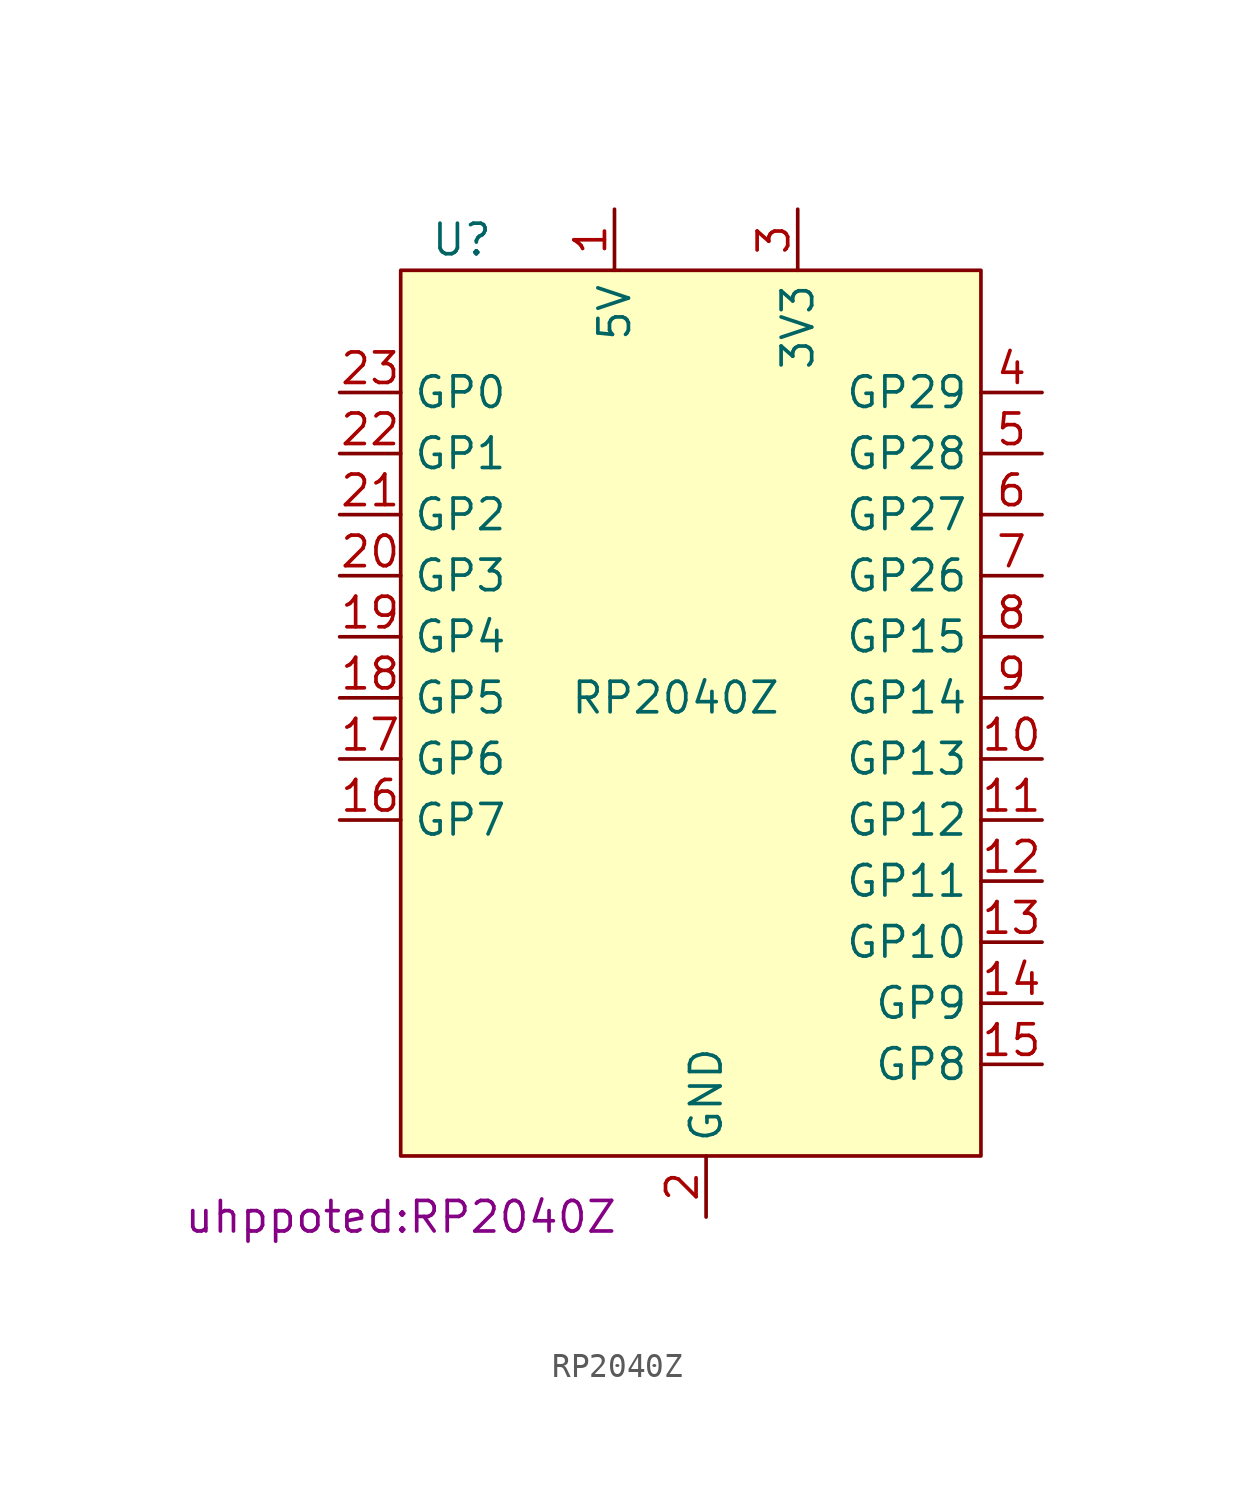
<source format=kicad_sym>
(kicad_symbol_lib
  (version 20220914)
  (generator kicad_symbol_editor)
  (symbol "RP2040Z"
    (property "Reference" "U"
      (at -10.16 20.32 0)
      (effects (font (size 1.27 1.27))))
    (property "Value" "RP2040Z"
      (at -1.27 1.27 0)
      (effects (font (size 1.27 1.27))))
    (property "Footprint" "uhppoted:RP2040Z"
      (at -12.7 -20.32 0)
      (effects (font (size 1.27 1.27))))
    (symbol "RP2040Z_0_1"
      (rectangle (start -12.7 19.05) (end 11.43 -17.78) (stroke (width 0) (type default)) (fill (type background))))
    (symbol "RP2040Z_1_1"
      (pin power_in line (at -3.81 21.59 270) (length 2.54) (name "5V" (effects (font (size 1.27 1.27)))) (number "1" (effects (font (size 1.27 1.27)))))
      (pin bidirectional line (at 13.97 -1.27 180) (length 2.54) (name "GP13" (effects (font (size 1.27 1.27)))) (number "10" (effects (font (size 1.27 1.27)))) (alternate "I2C0 SCL" bidirectional line) (alternate "SPI1 CSn" bidirectional line) (alternate "UART0 RX" input line))
      (pin bidirectional line (at 13.97 -3.81 180) (length 2.54) (name "GP12" (effects (font (size 1.27 1.27)))) (number "11" (effects (font (size 1.27 1.27)))) (alternate "I2C0 SDA" bidirectional line) (alternate "SPI1 RX" input line) (alternate "UART0 TX" output line))
      (pin bidirectional line (at 13.97 -6.35 180) (length 2.54) (name "GP11" (effects (font (size 1.27 1.27)))) (number "12" (effects (font (size 1.27 1.27)))) (alternate "I2C1 SCL" bidirectional line) (alternate "SPI1 TX" output line))
      (pin bidirectional line (at 13.97 -8.89 180) (length 2.54) (name "GP10" (effects (font (size 1.27 1.27)))) (number "13" (effects (font (size 1.27 1.27)))) (alternate "I2C1 SDA" bidirectional line) (alternate "SPI1  SCK" bidirectional line))
      (pin bidirectional line (at 13.97 -11.43 180) (length 2.54) (name "GP9" (effects (font (size 1.27 1.27)))) (number "14" (effects (font (size 1.27 1.27)))) (alternate "I2C0 SCL" bidirectional line) (alternate "SPI1 CSn" bidirectional line) (alternate "UART1 RX" input line))
      (pin bidirectional line (at 13.97 -13.97 180) (length 2.54) (name "GP8" (effects (font (size 1.27 1.27)))) (number "15" (effects (font (size 1.27 1.27)))) (alternate "I2C0 SDA" bidirectional line) (alternate "SPI1 RX" input line) (alternate "UART1 TX" bidirectional line))
      (pin bidirectional line (at -15.24 -3.81 0) (length 2.54) (name "GP7" (effects (font (size 1.27 1.27)))) (number "16" (effects (font (size 1.27 1.27)))) (alternate "I2C1 SCL" bidirectional line) (alternate "SPI0 TX" output line))
      (pin bidirectional line (at -15.24 -1.27 0) (length 2.54) (name "GP6" (effects (font (size 1.27 1.27)))) (number "17" (effects (font (size 1.27 1.27)))) (alternate "I2C1 SDA" bidirectional line) (alternate "SPI0 SCK" bidirectional line))
      (pin bidirectional line (at -15.24 1.27 0) (length 2.54) (name "GP5" (effects (font (size 1.27 1.27)))) (number "18" (effects (font (size 1.27 1.27)))) (alternate "I2C0 SCL" bidirectional line) (alternate "SPI0 CSn" bidirectional line) (alternate "UART1 RX" input line))
      (pin bidirectional line (at -15.24 3.81 0) (length 2.54) (name "GP4" (effects (font (size 1.27 1.27)))) (number "19" (effects (font (size 1.27 1.27)))) (alternate "I2C0 SDA" bidirectional line) (alternate "SPI0 RX" input line) (alternate "UART1 TX" output line))
      (pin power_in line (at 0 -20.32 90) (length 2.54) (name "GND" (effects (font (size 1.27 1.27)))) (number "2" (effects (font (size 1.27 1.27)))))
      (pin bidirectional line (at -15.24 6.35 0) (length 2.54) (name "GP3" (effects (font (size 1.27 1.27)))) (number "20" (effects (font (size 1.27 1.27)))) (alternate "I2C1 SCL" bidirectional line) (alternate "SPI0 TX" output line))
      (pin bidirectional line (at -15.24 8.89 0) (length 2.54) (name "GP2" (effects (font (size 1.27 1.27)))) (number "21" (effects (font (size 1.27 1.27)))) (alternate "I2C1 SDA" bidirectional line) (alternate "SPI0 SCK" bidirectional line))
      (pin bidirectional line (at -15.24 11.43 0) (length 2.54) (name "GP1" (effects (font (size 1.27 1.27)))) (number "22" (effects (font (size 1.27 1.27)))) (alternate "I2C0 SCL" bidirectional line) (alternate "SPI0 CSn" bidirectional line) (alternate "UART0 RX" input line))
      (pin bidirectional line (at -15.24 13.97 0) (length 2.54) (name "GP0" (effects (font (size 1.27 1.27)))) (number "23" (effects (font (size 1.27 1.27)))) (alternate "I2C0 SDA" bidirectional line) (alternate "SPI0 RX" input line) (alternate "UART0 TX" output line))
      (pin power_out line (at 3.81 21.59 270) (length 2.54) (name "3V3" (effects (font (size 1.27 1.27)))) (number "3" (effects (font (size 1.27 1.27)))))
      (pin bidirectional line (at 13.97 13.97 180) (length 2.54) (name "GP29" (effects (font (size 1.27 1.27)))) (number "4" (effects (font (size 1.27 1.27)))) (alternate "ADC3" input line))
      (pin bidirectional line (at 13.97 11.43 180) (length 2.54) (name "GP28" (effects (font (size 1.27 1.27)))) (number "5" (effects (font (size 1.27 1.27)))) (alternate "ADC2" input line))
      (pin bidirectional line (at 13.97 8.89 180) (length 2.54) (name "GP27" (effects (font (size 1.27 1.27)))) (number "6" (effects (font (size 1.27 1.27)))) (alternate "ADC1" input line) (alternate "I2C1 SCL" output line))
      (pin bidirectional line (at 13.97 6.35 180) (length 2.54) (name "GP26" (effects (font (size 1.27 1.27)))) (number "7" (effects (font (size 1.27 1.27)))) (alternate "ADC0" input line) (alternate "I2C1 SDA" bidirectional line))
      (pin bidirectional line (at 13.97 3.81 180) (length 2.54) (name "GP15" (effects (font (size 1.27 1.27)))) (number "8" (effects (font (size 1.27 1.27)))) (alternate "I2C1 SCL" bidirectional line) (alternate "SPI1 TX" output line))
      (pin bidirectional line (at 13.97 1.27 180) (length 2.54) (name "GP14" (effects (font (size 1.27 1.27)))) (number "9" (effects (font (size 1.27 1.27)))) (alternate "I2C1 SDA" bidirectional line) (alternate "SPI1 SCK" bidirectional line)))))
</source>
